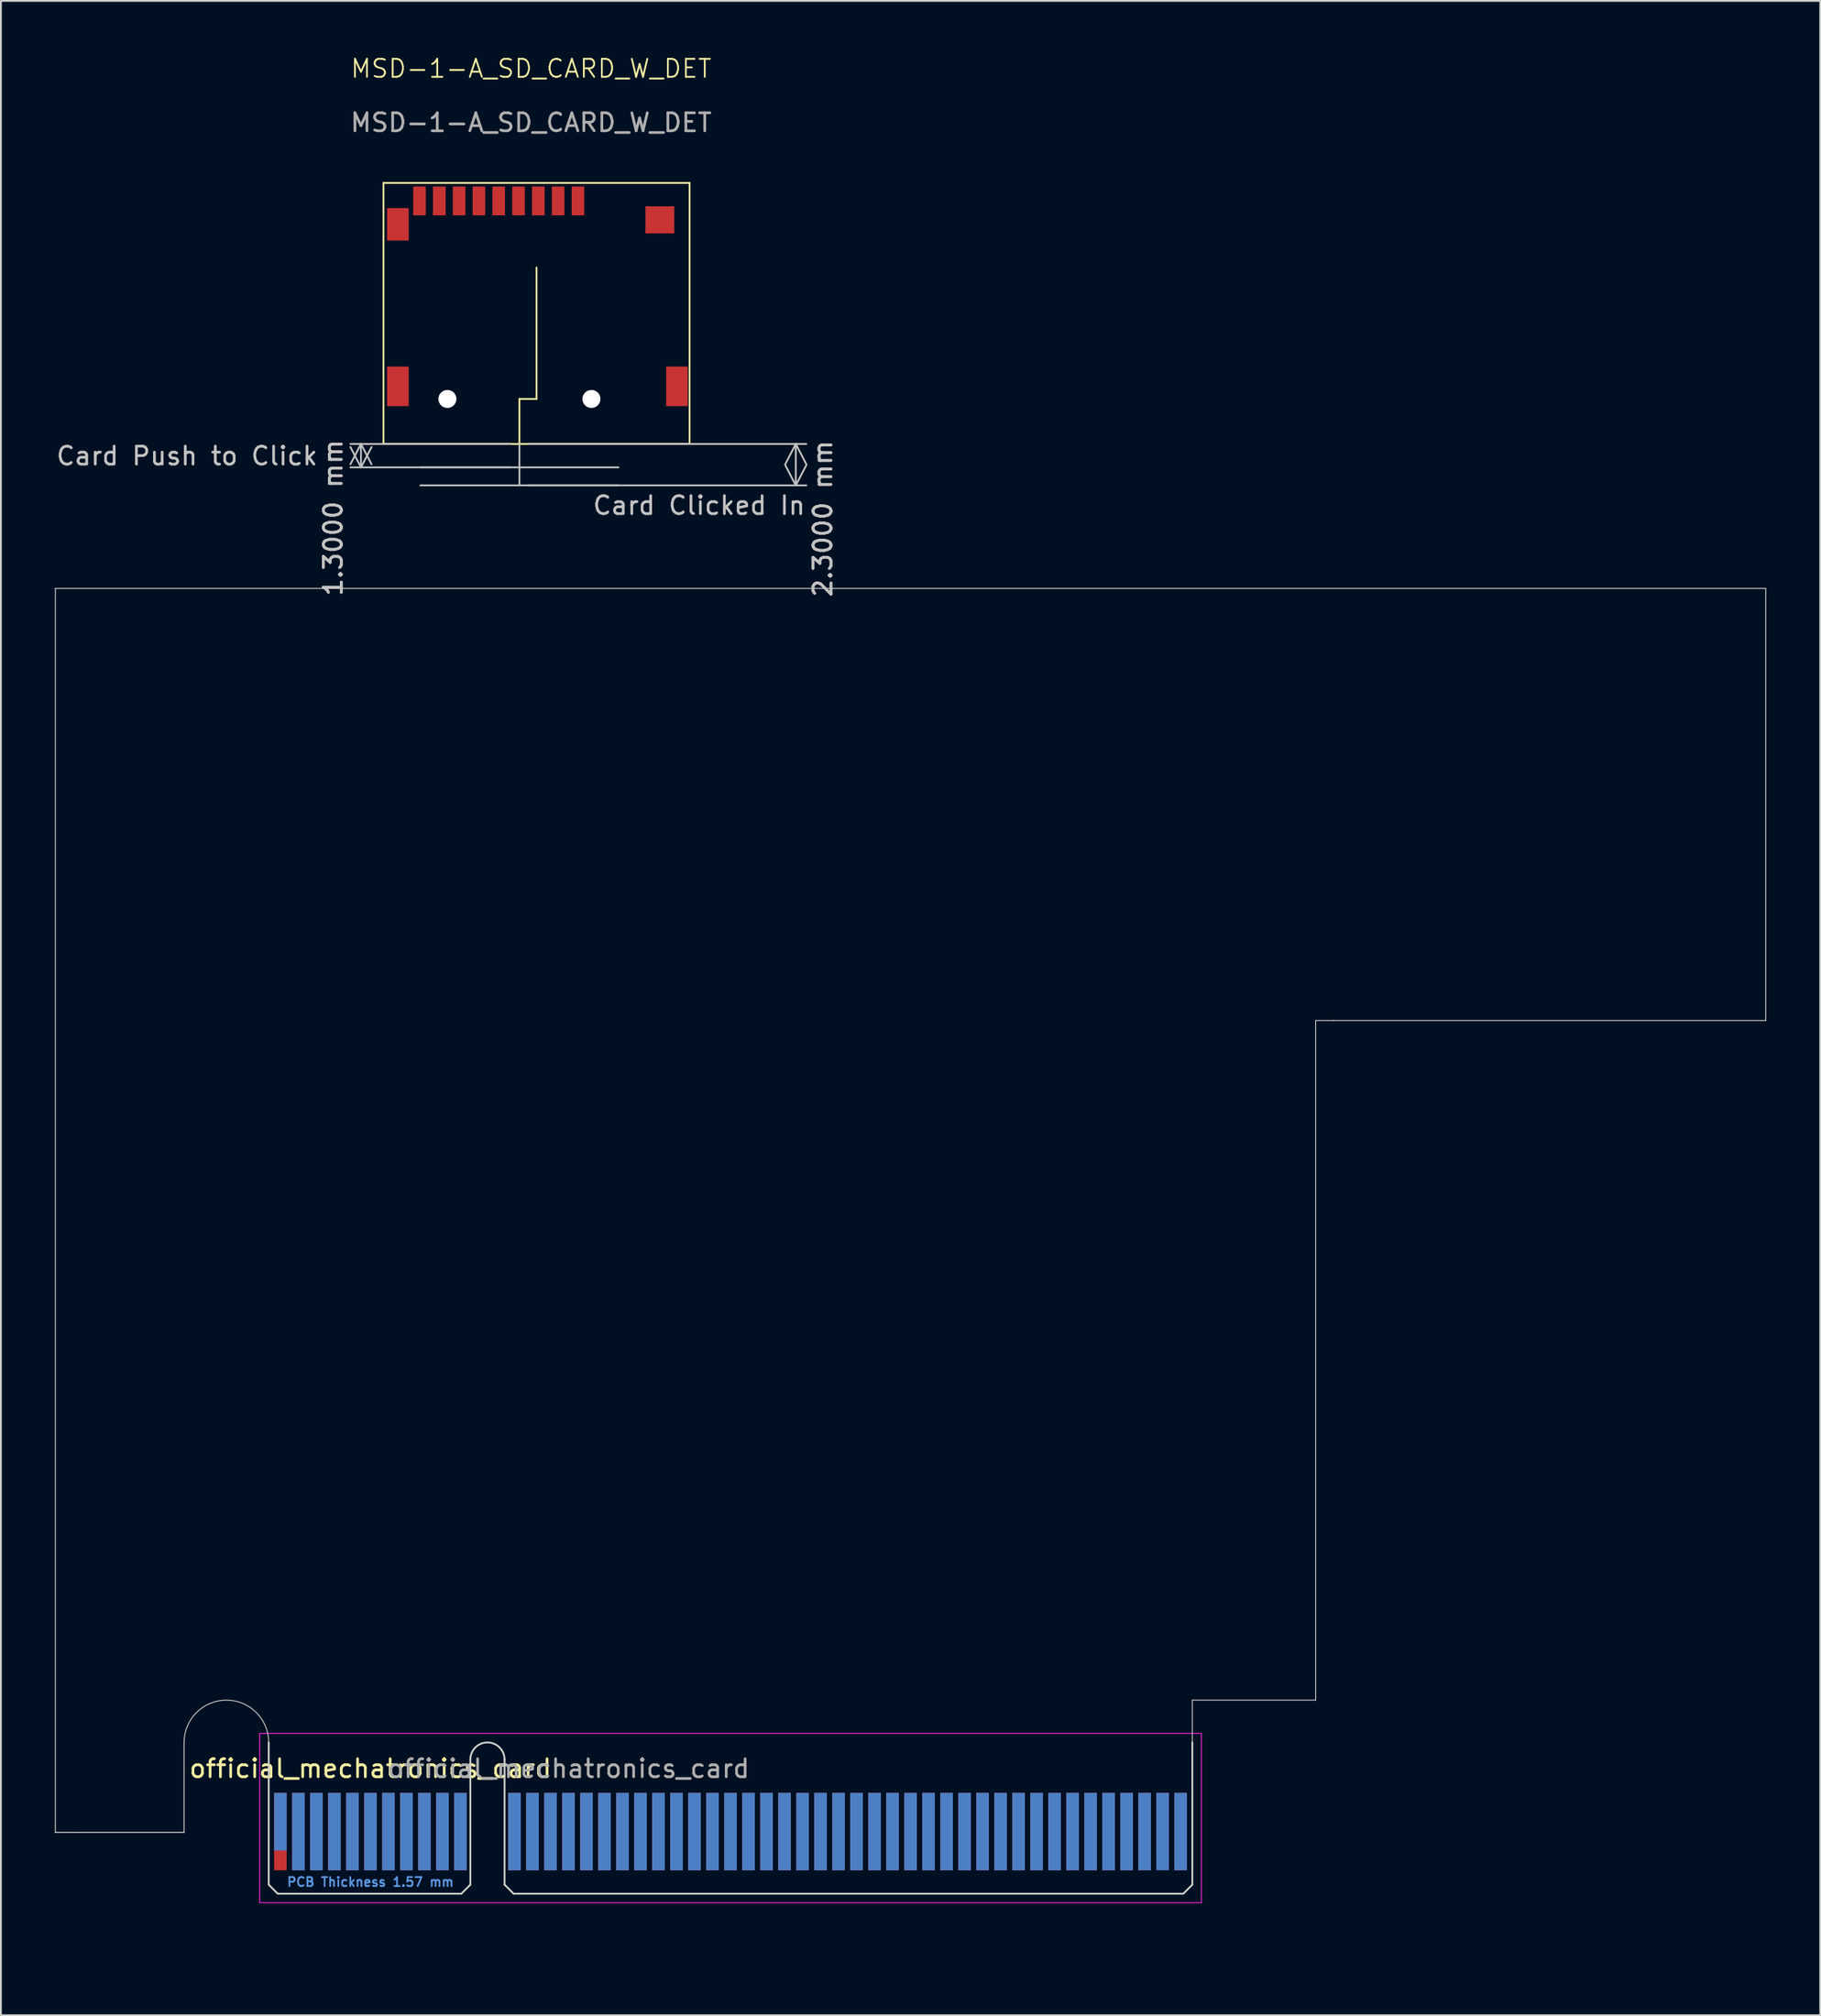
<source format=kicad_pcb>
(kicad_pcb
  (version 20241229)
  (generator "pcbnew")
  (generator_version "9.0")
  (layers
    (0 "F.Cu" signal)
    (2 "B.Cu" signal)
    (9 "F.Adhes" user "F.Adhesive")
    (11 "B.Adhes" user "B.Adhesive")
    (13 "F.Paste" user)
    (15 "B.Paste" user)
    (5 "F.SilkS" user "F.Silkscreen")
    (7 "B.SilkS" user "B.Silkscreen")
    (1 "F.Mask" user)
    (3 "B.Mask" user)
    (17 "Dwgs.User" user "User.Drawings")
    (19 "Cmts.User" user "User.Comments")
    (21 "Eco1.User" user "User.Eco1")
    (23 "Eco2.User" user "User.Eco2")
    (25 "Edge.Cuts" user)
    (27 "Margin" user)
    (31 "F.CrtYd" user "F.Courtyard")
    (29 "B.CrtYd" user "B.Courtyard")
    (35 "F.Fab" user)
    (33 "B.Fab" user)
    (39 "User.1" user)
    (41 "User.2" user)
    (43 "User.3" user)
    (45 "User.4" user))
  (footprint "MSD-1-A_SD_CARD_W_DET"
    (layer "F.Cu")
    (at 26.75 19.11)
    (property "Reference" "MSD-1-A_SD_CARD_W_DET" (at -0.3 -18.35 0) (unlocked yes) (layer "F.SilkS") (effects (font (size 1 1) (thickness 0.1))))
    (attr smd)
    (fp_line (start -8.5 -12) (end -8.5 2.5) (stroke (width 0.1) (type default)) (layer "F.SilkS"))
    (fp_line (start -8.5 -12) (end 8.5 -12) (stroke (width 0.1) (type default)) (layer "F.SilkS"))
    (fp_line (start -0.95 0) (end -0.95 2.5) (stroke (width 0.1) (type default)) (layer "F.SilkS"))
    (fp_line (start 0 0) (end -0.95 0) (stroke (width 0.1) (type default)) (layer "F.SilkS"))
    (fp_line (start 0 0) (end 0 -7.3) (stroke (width 0.1) (type default)) (layer "F.SilkS"))
    (fp_line (start 8.5 -12) (end 8.5 2.5) (stroke (width 0.1) (type default)) (layer "F.SilkS"))
    (fp_line (start 8.5 2.5) (end -8.5 2.5) (stroke (width 0.1) (type default)) (layer "F.SilkS"))
    (fp_line (start -0.95 2.5) (end -0.95 3.8) (stroke (width 0.1) (type default)) (layer "Dwgs.User"))
    (fp_line (start -0.95 3.8) (end -6.45 3.8) (stroke (width 0.1) (type default)) (layer "Dwgs.User"))
    (fp_line (start -0.95 3.8) (end -0.95 4.8) (stroke (width 0.1) (type default)) (layer "Dwgs.User"))
    (fp_line (start -0.95 3.8) (end 4.55 3.8) (stroke (width 0.1) (type default)) (layer "Dwgs.User"))
    (fp_line (start -0.95 4.8) (end -6.45 4.8) (stroke (width 0.1) (type default)) (layer "Dwgs.User"))
    (fp_line (start -0.95 4.8) (end 4.55 4.8) (stroke (width 0.1) (type default)) (layer "Dwgs.User"))
    (fp_text user "Card Clicked In" (at 3.05 6.5 0) (unlocked yes) (layer "Dwgs.User") (effects (font (size 1 1) (thickness 0.15)) (justify left bottom)))
    (fp_text user "Card Push to Click" (at -26.75 3.75 0) (unlocked yes) (layer "Dwgs.User") (effects (font (size 1 1) (thickness 0.15)) (justify left bottom)))
    (fp_text user "${REFERENCE}" (at -0.3 -15.35 0) (unlocked yes) (layer "F.Fab") (effects (font (size 1 1) (thickness 0.15))))
    (dimension (type aligned) (layer "Dwgs.User") (pts (xy 25.8 22.91) (xy 25.8 21.61)) (height -8.8) (format (prefix "") (suffix "") (units 3) (units_format 1) (precision 4)) (style (thickness 0.1) (arrow_length 1.27) (text_position_mode 2) (arrow_direction outward) (extension_height 0.586) (extension_offset 0.5) (keep_text_aligned yes)) (gr_text "1.3000 mm" (at 15.45 25.71 90) (layer "Dwgs.User") (effects (font (size 1 1) (thickness 0.15)))))
    (dimension (type aligned) (layer "Dwgs.User") (pts (xy 25.8 23.91) (xy 25.8 21.61)) (height 15.35) (format (prefix "") (suffix "") (units 3) (units_format 1) (precision 4)) (style (thickness 0.1) (arrow_length 1.27) (text_position_mode 2) (arrow_direction outward) (extension_height 0.586) (extension_offset 0.5) (keep_text_aligned yes)) (gr_text "2.3000 mm" (at 42.65 25.761 90) (layer "Dwgs.User") (effects (font (size 1 1) (thickness 0.15)))))
    (pad "" np_thru_hole circle (at -4.95 0) (size 1 1) (drill 1) (layers "*.Cu" "*.Mask"))
    (pad "" np_thru_hole circle (at 3.05 0) (size 1 1) (drill 1) (layers "*.Cu" "*.Mask"))
    (pad "1" smd rect (at 2.3 -11) (size 0.7 1.6) (layers "F.Cu" "F.Mask" "F.Paste"))
    (pad "2" smd rect (at 1.2 -11) (size 0.7 1.6) (layers "F.Cu" "F.Mask" "F.Paste"))
    (pad "3" smd rect (at 0.1 -11) (size 0.7 1.6) (layers "F.Cu" "F.Mask" "F.Paste"))
    (pad "4" smd rect (at -1 -11) (size 0.7 1.6) (layers "F.Cu" "F.Mask" "F.Paste"))
    (pad "5" smd rect (at -2.1 -11) (size 0.7 1.6) (layers "F.Cu" "F.Mask" "F.Paste"))
    (pad "6" smd rect (at -3.2 -11) (size 0.7 1.6) (layers "F.Cu" "F.Mask" "F.Paste"))
    (pad "7" smd rect (at -4.3 -11) (size 0.7 1.6) (layers "F.Cu" "F.Mask" "F.Paste"))
    (pad "8" smd rect (at -5.4 -11) (size 0.7 1.6) (layers "F.Cu" "F.Mask" "F.Paste"))
    (pad "9" smd rect (at -6.5 -11) (size 0.7 1.6) (layers "F.Cu" "F.Mask" "F.Paste"))
    (pad "10" smd rect (at -7.7 -9.7) (size 1.2 1.8) (layers "F.Cu" "F.Mask" "F.Paste"))
    (pad "10" smd rect (at -7.7 -0.7) (size 1.2 2.2) (layers "F.Cu" "F.Mask" "F.Paste"))
    (pad "10" smd rect (at 6.85 -9.95) (size 1.6 1.5) (layers "F.Cu" "F.Mask" "F.Paste"))
    (pad "10" smd rect (at 7.8 -0.7) (size 1.2 2.2) (layers "F.Cu" "F.Mask" "F.Paste")))
  (footprint "official_mechatronics_card"
    (layer "F.Cu")
    (at 9.525 105.634)
    (property "Reference" "official_mechatronics_card" (at 8 -10.45 0) (layer "F.SilkS") (effects (font (size 1 1) (thickness 0.15))))
    (attr exclude_from_pos_files exclude_from_bom)
    (fp_line (start -9.5 -76) (end 85.5 -76) (stroke (width 0.05) (type default)) (layer "Edge.Cuts"))
    (fp_line (start -9.5 -6.9) (end -9.5 -76) (stroke (width 0.05) (type default)) (layer "Edge.Cuts"))
    (fp_line (start -8.45 -6.9) (end -9.5 -6.9) (stroke (width 0.05) (type default)) (layer "Edge.Cuts"))
    (fp_line (start -2.35 -11.9) (end -2.35 -6.9) (stroke (width 0.05) (type default)) (layer "Edge.Cuts"))
    (fp_line (start -2.35 -6.9) (end -9.5 -6.9) (stroke (width 0.05) (type default)) (layer "Edge.Cuts"))
    (fp_line (start -2.35 -6.9) (end -8.45 -6.9) (stroke (width 0.05) (type default)) (layer "Edge.Cuts"))
    (fp_line (start 2.35 -11.9) (end 2.35 -4) (stroke (width 0.1) (type solid)) (layer "Edge.Cuts"))
    (fp_line (start 2.35 -4) (end 2.85 -3.5) (stroke (width 0.1) (type solid)) (layer "Edge.Cuts"))
    (fp_line (start 2.85 -3.5) (end 13.05 -3.5) (stroke (width 0.1) (type solid)) (layer "Edge.Cuts"))
    (fp_line (start 13.55 -10.95) (end 13.55 -4) (stroke (width 0.1) (type solid)) (layer "Edge.Cuts"))
    (fp_line (start 13.55 -4) (end 13.05 -3.5) (stroke (width 0.1) (type solid)) (layer "Edge.Cuts"))
    (fp_line (start 15.45 -10.95) (end 15.45 -4) (stroke (width 0.1) (type solid)) (layer "Edge.Cuts"))
    (fp_line (start 15.45 -4) (end 15.95 -3.5) (stroke (width 0.1) (type solid)) (layer "Edge.Cuts"))
    (fp_line (start 15.95 -3.5) (end 53.15 -3.5) (stroke (width 0.1) (type solid)) (layer "Edge.Cuts"))
    (fp_line (start 53.65 -14.25) (end 60.5 -14.25) (stroke (width 0.05) (type default)) (layer "Edge.Cuts"))
    (fp_line (start 53.65 -11.9) (end 53.65 -14.25) (stroke (width 0.05) (type default)) (layer "Edge.Cuts"))
    (fp_line (start 53.65 -11.9) (end 53.65 -4) (stroke (width 0.1) (type solid)) (layer "Edge.Cuts"))
    (fp_line (start 53.65 -4) (end 53.15 -3.5) (stroke (width 0.1) (type solid)) (layer "Edge.Cuts"))
    (fp_line (start 60.5 -52) (end 60.5 -14.25) (stroke (width 0.05) (type default)) (layer "Edge.Cuts"))
    (fp_line (start 61.5 -52) (end 60.5 -52) (stroke (width 0.05) (type default)) (layer "Edge.Cuts"))
    (fp_line (start 85.5 -76) (end 85.5 -52) (stroke (width 0.05) (type default)) (layer "Edge.Cuts"))
    (fp_line (start 85.5 -52) (end 61.5 -52) (stroke (width 0.05) (type default)) (layer "Edge.Cuts"))
    (fp_arc (start -2.35 -11.9) (mid 0 -14.25) (end 2.35 -11.9) (stroke (width 0.05) (type default)) (layer "Edge.Cuts"))
    (fp_arc (start 13.55 -10.95) (mid 14.5 -11.9) (end 15.45 -10.95) (stroke (width 0.1) (type solid)) (layer "Edge.Cuts"))
    (fp_line (start 1.85 -12.4) (end 1.85 -3) (stroke (width 0.05) (type solid)) (layer "F.CrtYd"))
    (fp_line (start 1.85 -12.4) (end 54.15 -12.4) (stroke (width 0.05) (type solid)) (layer "F.CrtYd"))
    (fp_line (start 54.15 -3) (end 1.85 -3) (stroke (width 0.05) (type solid)) (layer "F.CrtYd"))
    (fp_line (start 54.15 -3) (end 54.15 -12.4) (stroke (width 0.05) (type solid)) (layer "F.CrtYd"))
    (fp_rect (start 0 -11) (end 56 0) (stroke (width 0.1) (type default)) (fill no) (layer "User.2"))
    (fp_text user "PCB Thickness 1.57 mm" (at 8 -4.15 180) (layer "Cmts.User") (effects (font (size 0.5 0.5) (thickness 0.1))))
    (fp_text user "${REFERENCE}" (at 19 -10.45 0) (layer "F.Fab") (effects (font (size 1 1) (thickness 0.15))))
    (pad "B1" connect rect (at 3 -7.5) (size 0.7 3.2) (layers "B.Cu" "B.Mask"))
    (pad "B1" connect rect (at 3 -6.95) (size 0.7 4.3) (layers "F.Cu" "F.Mask"))
    (pad "B2" connect rect (at 4 -6.95) (size 0.7 4.3) (layers "F.Cu" "F.Mask"))
    (pad "B2" connect rect (at 4 -6.95) (size 0.7 4.3) (layers "B.Cu" "B.Mask"))
    (pad "B3" connect rect (at 5 -6.95) (size 0.7 4.3) (layers "F.Cu" "F.Mask"))
    (pad "B3" connect rect (at 5 -6.95) (size 0.7 4.3) (layers "B.Cu" "B.Mask"))
    (pad "B4" connect rect (at 6 -6.95) (size 0.7 4.3) (layers "F.Cu" "F.Mask"))
    (pad "B4" connect rect (at 6 -6.95) (size 0.7 4.3) (layers "B.Cu" "B.Mask"))
    (pad "B5" connect rect (at 7 -6.95) (size 0.7 4.3) (layers "F.Cu" "F.Mask"))
    (pad "B5" connect rect (at 7 -6.95) (size 0.7 4.3) (layers "B.Cu" "B.Mask"))
    (pad "B6" connect rect (at 8 -6.95) (size 0.7 4.3) (layers "F.Cu" "F.Mask"))
    (pad "B6" connect rect (at 8 -6.95) (size 0.7 4.3) (layers "B.Cu" "B.Mask"))
    (pad "B7" connect rect (at 9 -6.95) (size 0.7 4.3) (layers "F.Cu" "F.Mask"))
    (pad "B7" connect rect (at 9 -6.95) (size 0.7 4.3) (layers "B.Cu" "B.Mask"))
    (pad "B8" connect rect (at 10 -6.95) (size 0.7 4.3) (layers "F.Cu" "F.Mask"))
    (pad "B8" connect rect (at 10 -6.95) (size 0.7 4.3) (layers "B.Cu" "B.Mask"))
    (pad "B9" connect rect (at 11 -6.95) (size 0.7 4.3) (layers "F.Cu" "F.Mask"))
    (pad "B9" connect rect (at 11 -6.95) (size 0.7 4.3) (layers "B.Cu" "B.Mask"))
    (pad "B10" connect rect (at 12 -6.95) (size 0.7 4.3) (layers "F.Cu" "F.Mask"))
    (pad "B10" connect rect (at 12 -6.95) (size 0.7 4.3) (layers "B.Cu" "B.Mask"))
    (pad "B11" connect rect (at 13 -6.95) (size 0.7 4.3) (layers "F.Cu" "F.Mask"))
    (pad "B11" connect rect (at 13 -6.95) (size 0.7 4.3) (layers "B.Cu" "B.Mask"))
    (pad "B12" connect rect (at 16 -6.95) (size 0.7 4.3) (layers "F.Cu" "F.Mask"))
    (pad "B12" connect rect (at 16 -6.95) (size 0.7 4.3) (layers "B.Cu" "B.Mask"))
    (pad "B13" connect rect (at 17 -6.95) (size 0.7 4.3) (layers "F.Cu" "F.Mask"))
    (pad "B13" connect rect (at 17 -6.95) (size 0.7 4.3) (layers "B.Cu" "B.Mask"))
    (pad "B14" connect rect (at 18 -6.95) (size 0.7 4.3) (layers "F.Cu" "F.Mask"))
    (pad "B14" connect rect (at 18 -6.95) (size 0.7 4.3) (layers "B.Cu" "B.Mask"))
    (pad "B15" connect rect (at 19 -6.95) (size 0.7 4.3) (layers "F.Cu" "F.Mask"))
    (pad "B15" connect rect (at 19 -6.95) (size 0.7 4.3) (layers "B.Cu" "B.Mask"))
    (pad "B16" connect rect (at 20 -6.95) (size 0.7 4.3) (layers "F.Cu" "F.Mask"))
    (pad "B16" connect rect (at 20 -6.95) (size 0.7 4.3) (layers "B.Cu" "B.Mask"))
    (pad "B17" connect rect (at 21 -6.95) (size 0.7 4.3) (layers "F.Cu" "F.Mask"))
    (pad "B17" connect rect (at 21 -6.95) (size 0.7 4.3) (layers "B.Cu" "B.Mask"))
    (pad "B18" connect rect (at 22 -6.95) (size 0.7 4.3) (layers "F.Cu" "F.Mask"))
    (pad "B18" connect rect (at 22 -6.95) (size 0.7 4.3) (layers "B.Cu" "B.Mask"))
    (pad "B19" connect rect (at 23 -6.95) (size 0.7 4.3) (layers "F.Cu" "F.Mask"))
    (pad "B19" connect rect (at 23 -6.95) (size 0.7 4.3) (layers "B.Cu" "B.Mask"))
    (pad "B20" connect rect (at 24 -6.95) (size 0.7 4.3) (layers "F.Cu" "F.Mask"))
    (pad "B20" connect rect (at 24 -6.95) (size 0.7 4.3) (layers "B.Cu" "B.Mask"))
    (pad "B21" connect rect (at 25 -6.95) (size 0.7 4.3) (layers "F.Cu" "F.Mask"))
    (pad "B21" connect rect (at 25 -6.95) (size 0.7 4.3) (layers "B.Cu" "B.Mask"))
    (pad "B22" connect rect (at 26 -6.95) (size 0.7 4.3) (layers "F.Cu" "F.Mask"))
    (pad "B22" connect rect (at 26 -6.95) (size 0.7 4.3) (layers "B.Cu" "B.Mask"))
    (pad "B23" connect rect (at 27 -6.95) (size 0.7 4.3) (layers "F.Cu" "F.Mask"))
    (pad "B23" connect rect (at 27 -6.95) (size 0.7 4.3) (layers "B.Cu" "B.Mask"))
    (pad "B24" connect rect (at 28 -6.95) (size 0.7 4.3) (layers "F.Cu" "F.Mask"))
    (pad "B24" connect rect (at 28 -6.95) (size 0.7 4.3) (layers "B.Cu" "B.Mask"))
    (pad "B25" connect rect (at 29 -6.95) (size 0.7 4.3) (layers "F.Cu" "F.Mask"))
    (pad "B25" connect rect (at 29 -6.95) (size 0.7 4.3) (layers "B.Cu" "B.Mask"))
    (pad "B26" connect rect (at 30 -6.95) (size 0.7 4.3) (layers "F.Cu" "F.Mask"))
    (pad "B26" connect rect (at 30 -6.95) (size 0.7 4.3) (layers "B.Cu" "B.Mask"))
    (pad "B27" connect rect (at 31 -6.95) (size 0.7 4.3) (layers "F.Cu" "F.Mask"))
    (pad "B27" connect rect (at 31 -6.95) (size 0.7 4.3) (layers "B.Cu" "B.Mask"))
    (pad "B28" connect rect (at 32 -6.95) (size 0.7 4.3) (layers "F.Cu" "F.Mask"))
    (pad "B28" connect rect (at 32 -6.95) (size 0.7 4.3) (layers "B.Cu" "B.Mask"))
    (pad "B29" connect rect (at 33 -6.95) (size 0.7 4.3) (layers "F.Cu" "F.Mask"))
    (pad "B29" connect rect (at 33 -6.95) (size 0.7 4.3) (layers "B.Cu" "B.Mask"))
    (pad "B30" connect rect (at 34 -6.95) (size 0.7 4.3) (layers "F.Cu" "F.Mask"))
    (pad "B30" connect rect (at 34 -6.95) (size 0.7 4.3) (layers "B.Cu" "B.Mask"))
    (pad "B31" connect rect (at 35 -6.95) (size 0.7 4.3) (layers "F.Cu" "F.Mask"))
    (pad "B31" connect rect (at 35 -6.95) (size 0.7 4.3) (layers "B.Cu" "B.Mask"))
    (pad "B32" connect rect (at 36 -6.95) (size 0.7 4.3) (layers "F.Cu" "F.Mask"))
    (pad "B32" connect rect (at 36 -6.95) (size 0.7 4.3) (layers "B.Cu" "B.Mask"))
    (pad "B33" connect rect (at 37 -6.95) (size 0.7 4.3) (layers "F.Cu" "F.Mask"))
    (pad "B33" connect rect (at 37 -6.95) (size 0.7 4.3) (layers "B.Cu" "B.Mask"))
    (pad "B34" connect rect (at 38 -6.95) (size 0.7 4.3) (layers "F.Cu" "F.Mask"))
    (pad "B34" connect rect (at 38 -6.95) (size 0.7 4.3) (layers "B.Cu" "B.Mask"))
    (pad "B35" connect rect (at 39 -6.95) (size 0.7 4.3) (layers "F.Cu" "F.Mask"))
    (pad "B35" connect rect (at 39 -6.95) (size 0.7 4.3) (layers "B.Cu" "B.Mask"))
    (pad "B36" connect rect (at 40 -6.95) (size 0.7 4.3) (layers "F.Cu" "F.Mask"))
    (pad "B36" connect rect (at 40 -6.95) (size 0.7 4.3) (layers "B.Cu" "B.Mask"))
    (pad "B37" connect rect (at 41 -6.95) (size 0.7 4.3) (layers "F.Cu" "F.Mask"))
    (pad "B37" connect rect (at 41 -6.95) (size 0.7 4.3) (layers "B.Cu" "B.Mask"))
    (pad "B38" connect rect (at 42 -6.95) (size 0.7 4.3) (layers "F.Cu" "F.Mask"))
    (pad "B38" connect rect (at 42 -6.95) (size 0.7 4.3) (layers "B.Cu" "B.Mask"))
    (pad "B39" connect rect (at 43 -6.95) (size 0.7 4.3) (layers "F.Cu" "F.Mask"))
    (pad "B39" connect rect (at 43 -6.95) (size 0.7 4.3) (layers "B.Cu" "B.Mask"))
    (pad "B40" connect rect (at 44 -6.95) (size 0.7 4.3) (layers "F.Cu" "F.Mask"))
    (pad "B40" connect rect (at 44 -6.95) (size 0.7 4.3) (layers "B.Cu" "B.Mask"))
    (pad "B41" connect rect (at 45 -6.95) (size 0.7 4.3) (layers "F.Cu" "F.Mask"))
    (pad "B41" connect rect (at 45 -6.95) (size 0.7 4.3) (layers "B.Cu" "B.Mask"))
    (pad "B42" connect rect (at 46 -6.95) (size 0.7 4.3) (layers "F.Cu" "F.Mask"))
    (pad "B42" connect rect (at 46 -6.95) (size 0.7 4.3) (layers "B.Cu" "B.Mask"))
    (pad "B43" connect rect (at 47 -6.95) (size 0.7 4.3) (layers "F.Cu" "F.Mask"))
    (pad "B43" connect rect (at 47 -6.95) (size 0.7 4.3) (layers "B.Cu" "B.Mask"))
    (pad "B44" connect rect (at 48 -6.95) (size 0.7 4.3) (layers "F.Cu" "F.Mask"))
    (pad "B44" connect rect (at 48 -6.95) (size 0.7 4.3) (layers "B.Cu" "B.Mask"))
    (pad "B45" connect rect (at 49 -6.95) (size 0.7 4.3) (layers "F.Cu" "F.Mask"))
    (pad "B45" connect rect (at 49 -6.95) (size 0.7 4.3) (layers "B.Cu" "B.Mask"))
    (pad "B46" connect rect (at 50 -6.95) (size 0.7 4.3) (layers "F.Cu" "F.Mask"))
    (pad "B46" connect rect (at 50 -6.95) (size 0.7 4.3) (layers "B.Cu" "B.Mask"))
    (pad "B47" connect rect (at 51 -6.95) (size 0.7 4.3) (layers "F.Cu" "F.Mask"))
    (pad "B47" connect rect (at 51 -6.95) (size 0.7 4.3) (layers "B.Cu" "B.Mask"))
    (pad "B48" connect rect (at 52 -7.5) (size 0.7 3.2) (layers "F.Cu" "F.Mask"))
    (pad "B48" connect rect (at 52 -6.95) (size 0.7 4.3) (layers "B.Cu" "B.Mask"))
    (pad "B49" connect rect (at 53 -6.95) (size 0.7 4.3) (layers "F.Cu" "F.Mask"))
    (pad "B49" connect rect (at 53 -6.95) (size 0.7 4.3) (layers "B.Cu" "B.Mask")))
  (gr_rect
    (start -3 -3)
    (end 98.05 108.884)
    (stroke (width 0.1) (type default))
    (fill no)
    (layer "Edge.Cuts")))
</source>
